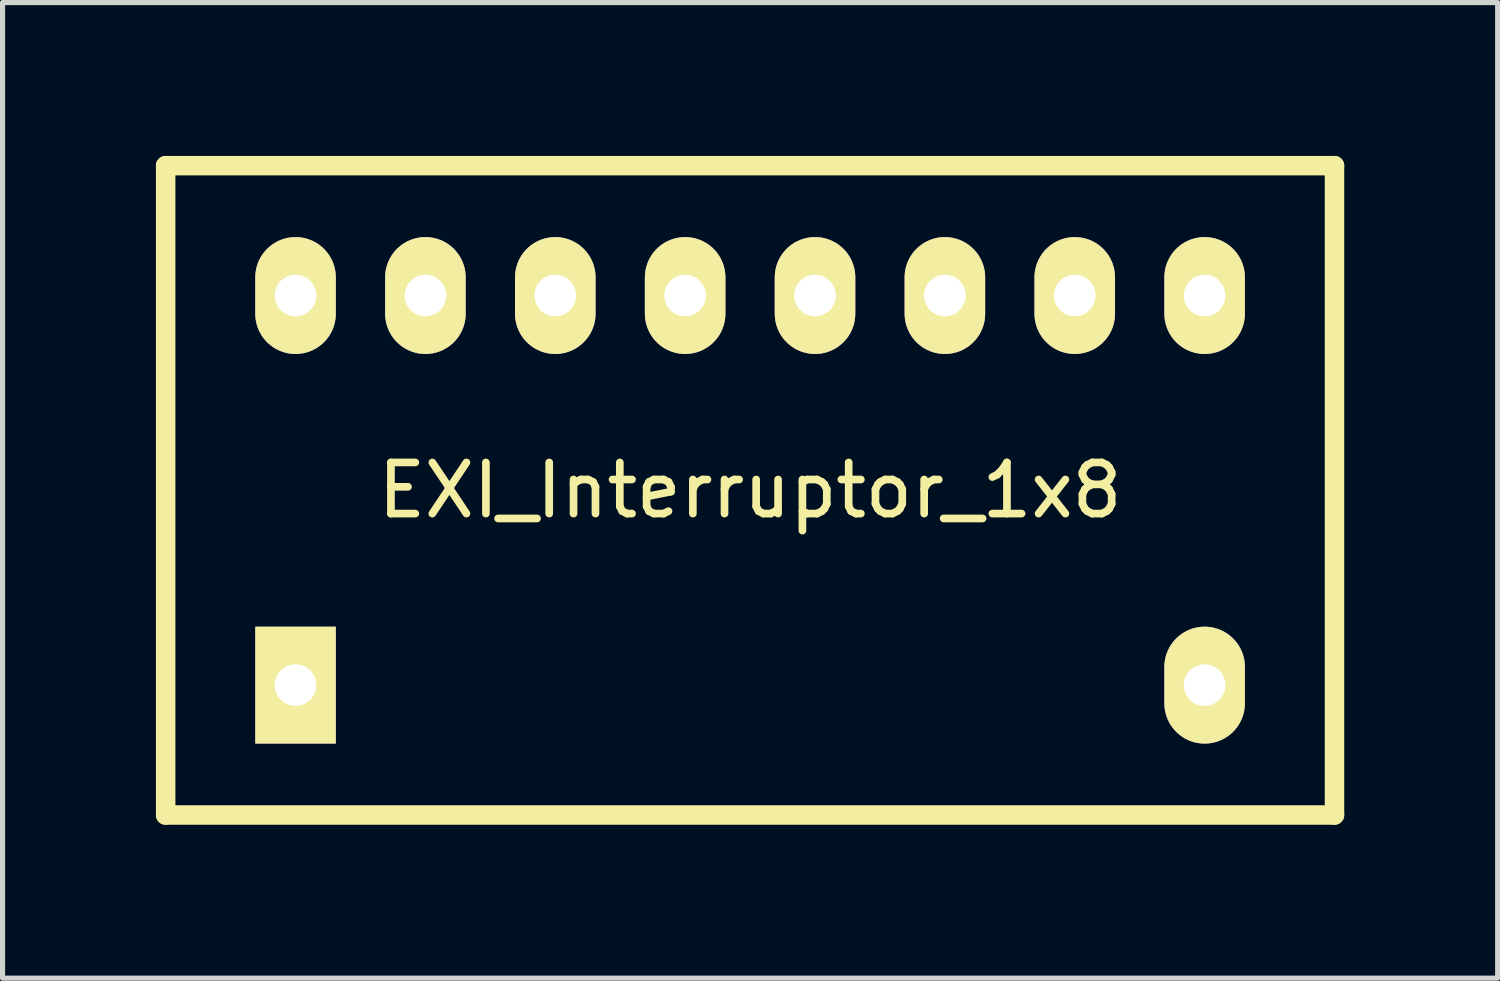
<source format=kicad_pcb>
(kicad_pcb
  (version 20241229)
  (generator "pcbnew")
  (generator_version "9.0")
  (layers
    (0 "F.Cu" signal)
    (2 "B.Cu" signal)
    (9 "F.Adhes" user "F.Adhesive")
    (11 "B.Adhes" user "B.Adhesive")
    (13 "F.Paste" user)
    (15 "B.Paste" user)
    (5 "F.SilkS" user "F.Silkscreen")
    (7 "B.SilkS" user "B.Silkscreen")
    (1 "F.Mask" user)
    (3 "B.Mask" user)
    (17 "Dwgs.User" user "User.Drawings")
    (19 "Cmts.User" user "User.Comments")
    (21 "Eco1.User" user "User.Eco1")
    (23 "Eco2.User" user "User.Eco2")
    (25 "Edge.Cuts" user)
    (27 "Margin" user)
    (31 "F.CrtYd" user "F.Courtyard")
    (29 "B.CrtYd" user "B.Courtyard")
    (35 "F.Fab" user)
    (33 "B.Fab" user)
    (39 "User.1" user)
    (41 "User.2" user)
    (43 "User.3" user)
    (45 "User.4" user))
  (footprint "EXI_Interruptor_1x8"
    (layer "F.Cu")
    (at 11.62 6.54)
    (property "Reference" "EXI_Interruptor_1x8" (at 0 0 0) (layer "F.SilkS") (effects (font (size 1 1) (thickness 0.15))))
    (attr through_hole)
    (fp_line (start -11.43 -6.35) (end -11.43 6.35) (stroke (width 0.381) (type solid)) (layer "F.SilkS"))
    (fp_line (start -11.43 6.35) (end 11.43 6.35) (stroke (width 0.381) (type solid)) (layer "F.SilkS"))
    (fp_line (start 11.43 -6.35) (end -11.43 -6.35) (stroke (width 0.381) (type solid)) (layer "F.SilkS"))
    (fp_line (start 11.43 6.35) (end 11.43 -6.35) (stroke (width 0.381) (type solid)) (layer "F.SilkS"))
    (pad "1" thru_hole rect (at -8.89 3.81) (size 1.575 2.286) (drill 0.813) (layers "*.Cu" "*.Mask" "F.SilkS"))
    (pad "2" thru_hole oval (at 8.89 3.81) (size 1.575 2.286) (drill 0.813) (layers "*.Cu" "*.Mask" "F.SilkS"))
    (pad "3" thru_hole oval (at -8.89 -3.81) (size 1.575 2.286) (drill 0.813) (layers "*.Cu" "*.Mask" "F.SilkS"))
    (pad "4" thru_hole oval (at -6.35 -3.81) (size 1.575 2.286) (drill 0.813) (layers "*.Cu" "*.Mask" "F.SilkS"))
    (pad "5" thru_hole oval (at -3.81 -3.81) (size 1.575 2.286) (drill 0.813) (layers "*.Cu" "*.Mask" "F.SilkS"))
    (pad "6" thru_hole oval (at -1.27 -3.81) (size 1.575 2.286) (drill 0.813) (layers "*.Cu" "*.Mask" "F.SilkS"))
    (pad "7" thru_hole oval (at 1.27 -3.81) (size 1.575 2.286) (drill 0.813) (layers "*.Cu" "*.Mask" "F.SilkS"))
    (pad "8" thru_hole oval (at 3.81 -3.81) (size 1.575 2.286) (drill 0.813) (layers "*.Cu" "*.Mask" "F.SilkS"))
    (pad "9" thru_hole oval (at 6.35 -3.81) (size 1.575 2.286) (drill 0.813) (layers "*.Cu" "*.Mask" "F.SilkS"))
    (pad "10" thru_hole oval (at 8.89 -3.81) (size 1.575 2.286) (drill 0.813) (layers "*.Cu" "*.Mask" "F.SilkS")))
  (gr_rect
    (start -3 -3)
    (end 26.241 16.081)
    (stroke (width 0.1) (type default))
    (fill no)
    (layer "Edge.Cuts")))
</source>
